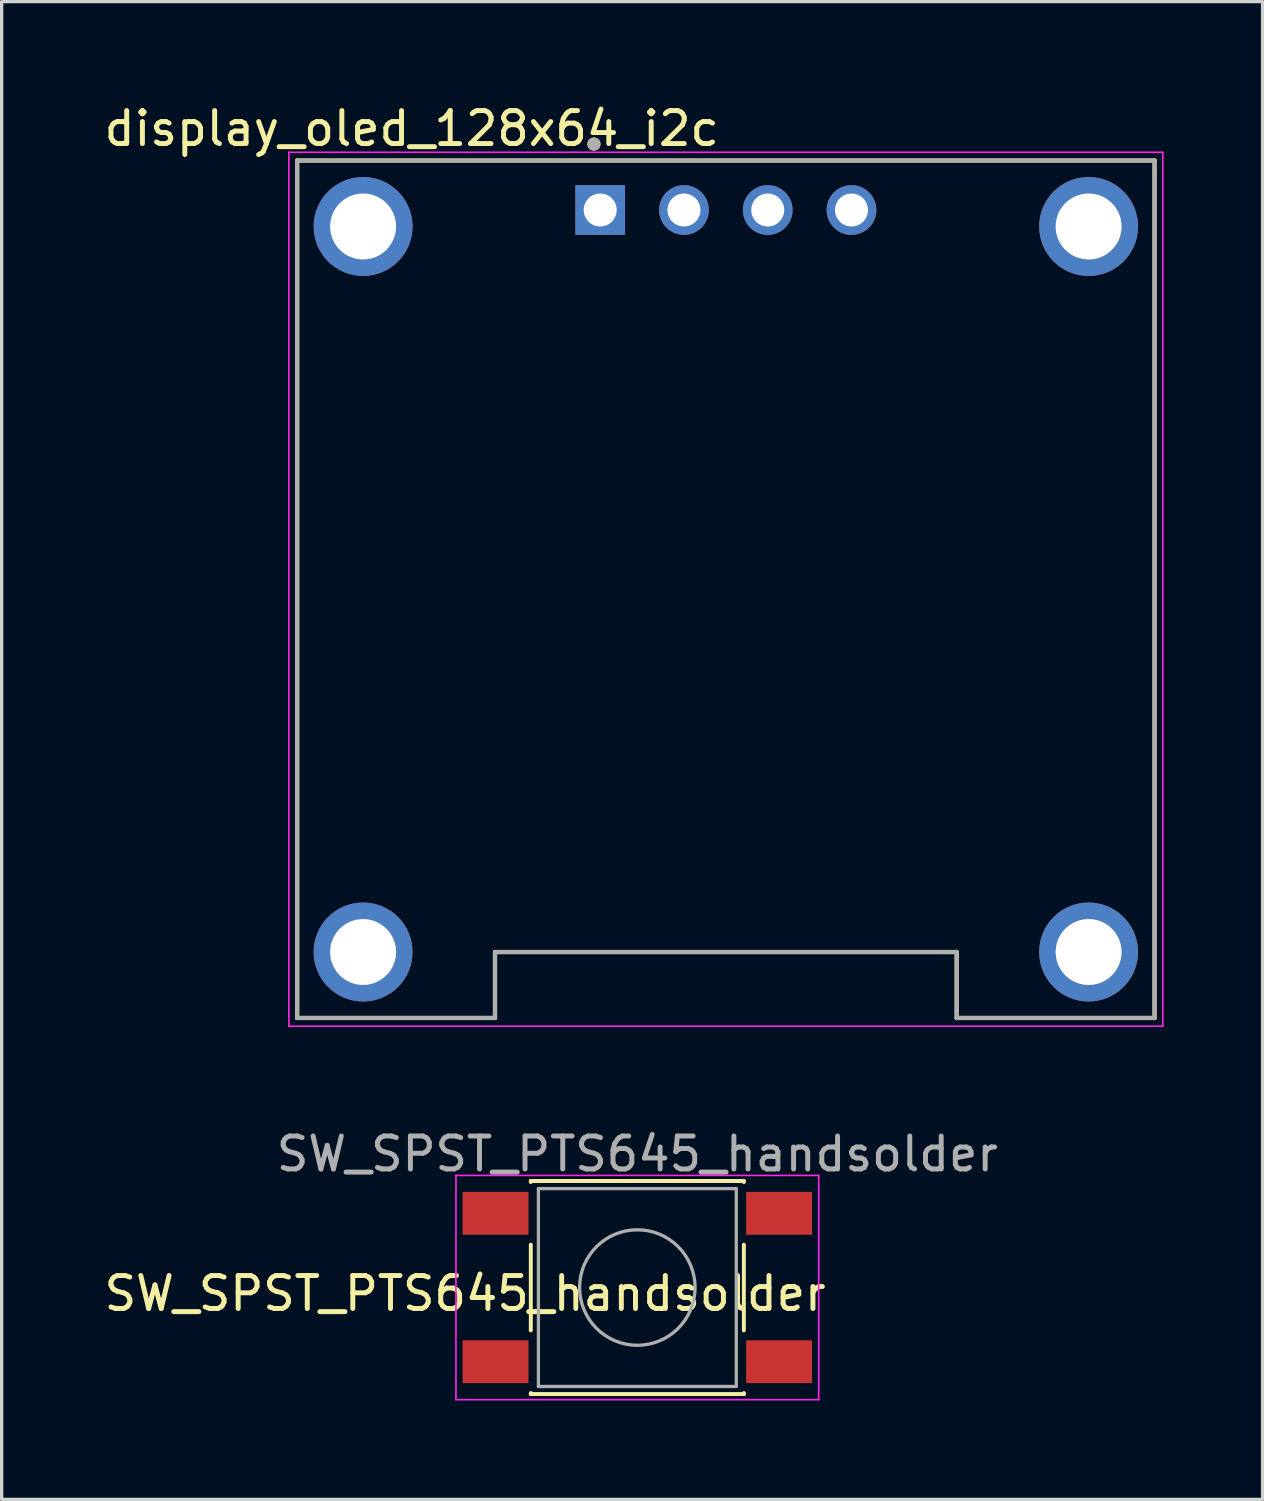
<source format=kicad_pcb>
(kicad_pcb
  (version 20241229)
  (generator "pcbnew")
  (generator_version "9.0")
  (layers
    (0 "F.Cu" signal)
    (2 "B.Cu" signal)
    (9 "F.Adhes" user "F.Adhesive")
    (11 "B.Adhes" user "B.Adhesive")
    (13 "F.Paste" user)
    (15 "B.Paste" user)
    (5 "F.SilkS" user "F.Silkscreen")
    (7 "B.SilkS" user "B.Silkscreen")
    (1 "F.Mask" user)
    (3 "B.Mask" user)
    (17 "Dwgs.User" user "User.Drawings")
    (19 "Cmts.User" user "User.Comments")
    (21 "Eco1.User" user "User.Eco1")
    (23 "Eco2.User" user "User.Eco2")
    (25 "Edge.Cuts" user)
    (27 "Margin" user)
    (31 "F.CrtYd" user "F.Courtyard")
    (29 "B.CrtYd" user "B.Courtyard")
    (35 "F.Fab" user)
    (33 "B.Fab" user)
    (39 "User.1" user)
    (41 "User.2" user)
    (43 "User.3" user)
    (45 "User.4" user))
  (footprint "display_oled_128x64_i2c"
    (layer "F.Cu")
    (at 18.96 14.818)
    (property "Reference" "display_oled_128x64_i2c" (at -9.525 -13.97 0) (layer "F.SilkS") (effects (font (size 1 1) (thickness 0.15))))
    (attr through_hole)
    (fp_line (start -13 -13) (end 13 -13) (stroke (width 0.127) (type solid)) (layer "F.SilkS"))
    (fp_line (start -13 13) (end -13 -13) (stroke (width 0.127) (type solid)) (layer "F.SilkS"))
    (fp_line (start -7 11) (end -7 13) (stroke (width 0.127) (type solid)) (layer "F.SilkS"))
    (fp_line (start -7 13) (end -13 13) (stroke (width 0.127) (type solid)) (layer "F.SilkS"))
    (fp_line (start 7 11) (end -7 11) (stroke (width 0.127) (type solid)) (layer "F.SilkS"))
    (fp_line (start 7 13) (end 7 11) (stroke (width 0.127) (type solid)) (layer "F.SilkS"))
    (fp_line (start 13 -13) (end 13 13) (stroke (width 0.127) (type solid)) (layer "F.SilkS"))
    (fp_line (start 13 13) (end 7 13) (stroke (width 0.127) (type solid)) (layer "F.SilkS"))
    (fp_circle (center -4 -13.5) (end -3.9 -13.5) (stroke (width 0.2) (type solid)) (fill no) (layer "F.SilkS"))
    (fp_line (start -13.25 -13.25) (end 13.25 -13.25) (stroke (width 0.05) (type solid)) (layer "F.CrtYd"))
    (fp_line (start -13.25 13.25) (end -13.25 -13.25) (stroke (width 0.05) (type solid)) (layer "F.CrtYd"))
    (fp_line (start 13.25 -13.25) (end 13.25 13.25) (stroke (width 0.05) (type solid)) (layer "F.CrtYd"))
    (fp_line (start 13.25 13.25) (end -13.25 13.25) (stroke (width 0.05) (type solid)) (layer "F.CrtYd"))
    (fp_line (start -13 -13) (end 13 -13) (stroke (width 0.127) (type solid)) (layer "F.Fab"))
    (fp_line (start -13 13) (end -13 -13) (stroke (width 0.127) (type solid)) (layer "F.Fab"))
    (fp_line (start -7 11) (end 7 11) (stroke (width 0.127) (type solid)) (layer "F.Fab"))
    (fp_line (start -7 13) (end -13 13) (stroke (width 0.127) (type solid)) (layer "F.Fab"))
    (fp_line (start -7 13) (end -7 11) (stroke (width 0.127) (type solid)) (layer "F.Fab"))
    (fp_line (start 7 11) (end 7 13) (stroke (width 0.127) (type solid)) (layer "F.Fab"))
    (fp_line (start 13 -13) (end 13 13) (stroke (width 0.127) (type solid)) (layer "F.Fab"))
    (fp_line (start 13 13) (end 7 13) (stroke (width 0.127) (type solid)) (layer "F.Fab"))
    (fp_circle (center -4 -13.5) (end -3.9 -13.5) (stroke (width 0.2) (type solid)) (fill no) (layer "F.Fab"))
    (pad "1" thru_hole rect (at -3.81 -11.5) (size 1.508 1.508) (drill 1) (layers "*.Cu" "*.Mask"))
    (pad "2" thru_hole circle (at -1.27 -11.5) (size 1.508 1.508) (drill 1) (layers "*.Cu" "*.Mask"))
    (pad "3" thru_hole circle (at 1.27 -11.5) (size 1.508 1.508) (drill 1) (layers "*.Cu" "*.Mask"))
    (pad "4" thru_hole circle (at 3.81 -11.5) (size 1.508 1.508) (drill 1) (layers "*.Cu" "*.Mask"))
    (pad "S1" thru_hole circle (at -11 -11) (size 3 3) (drill 2) (layers "*.Cu" "*.Mask"))
    (pad "S2" thru_hole circle (at 11 -11) (size 3 3) (drill 2) (layers "*.Cu" "*.Mask"))
    (pad "S3" thru_hole circle (at 11 11) (size 3 3) (drill 2) (layers "*.Cu" "*.Mask"))
    (pad "S4" thru_hole circle (at -11 11) (size 3 3) (drill 2) (layers "*.Cu" "*.Mask")))
  (footprint "SW_SPST_PTS645_handsolder"
    (layer "F.Cu")
    (at 16.276 35.992)
    (property "Reference" "SW_SPST_PTS645_handsolder" (at -5.223 0.181 0) (layer "F.SilkS") (effects (font (size 1 1) (thickness 0.15))))
    (attr smd)
    (fp_line (start -3.23 -3.23) (end 3.23 -3.23) (stroke (width 0.12) (type solid)) (layer "F.SilkS"))
    (fp_line (start -3.23 -3.2) (end -3.23 -3.23) (stroke (width 0.12) (type solid)) (layer "F.SilkS"))
    (fp_line (start -3.23 -1.3) (end -3.23 1.3) (stroke (width 0.12) (type solid)) (layer "F.SilkS"))
    (fp_line (start -3.23 3.23) (end -3.23 3.2) (stroke (width 0.12) (type solid)) (layer "F.SilkS"))
    (fp_line (start -3.23 3.23) (end 3.23 3.23) (stroke (width 0.12) (type solid)) (layer "F.SilkS"))
    (fp_line (start 3.23 -3.23) (end 3.23 -3.2) (stroke (width 0.12) (type solid)) (layer "F.SilkS"))
    (fp_line (start 3.23 -1.3) (end 3.23 1.3) (stroke (width 0.12) (type solid)) (layer "F.SilkS"))
    (fp_line (start 3.23 3.23) (end 3.23 3.2) (stroke (width 0.12) (type solid)) (layer "F.SilkS"))
    (fp_line (start -5.5 -3.4) (end -5.5 3.4) (stroke (width 0.05) (type solid)) (layer "F.CrtYd"))
    (fp_line (start -5.5 -3.4) (end 5.5 -3.4) (stroke (width 0.05) (type solid)) (layer "F.CrtYd"))
    (fp_line (start -5.5 3.4) (end 5.5 3.4) (stroke (width 0.05) (type solid)) (layer "F.CrtYd"))
    (fp_line (start 5.5 3.4) (end 5.5 -3.4) (stroke (width 0.05) (type solid)) (layer "F.CrtYd"))
    (fp_line (start -3 -3) (end -3 3) (stroke (width 0.1) (type solid)) (layer "F.Fab"))
    (fp_line (start -3 3) (end 3 3) (stroke (width 0.1) (type solid)) (layer "F.Fab"))
    (fp_line (start 3 -3) (end -3 -3) (stroke (width 0.1) (type solid)) (layer "F.Fab"))
    (fp_line (start 3 3) (end 3 -3) (stroke (width 0.1) (type solid)) (layer "F.Fab"))
    (fp_circle (center 0 0) (end 1.75 -0.05) (stroke (width 0.1) (type solid)) (fill no) (layer "F.Fab"))
    (fp_text user "${REFERENCE}" (at 0 -4.05 0) (layer "F.Fab") (effects (font (size 1 1) (thickness 0.15))))
    (pad "1" smd rect (at -4.3 -2.25) (size 2 1.3) (layers "F.Cu" "F.Mask" "F.Paste"))
    (pad "1" smd rect (at 4.3 -2.25) (size 2 1.3) (layers "F.Cu" "F.Mask" "F.Paste"))
    (pad "2" smd rect (at -4.3 2.25) (size 2 1.3) (layers "F.Cu" "F.Mask" "F.Paste"))
    (pad "2" smd rect (at 4.3 2.25) (size 2 1.3) (layers "F.Cu" "F.Mask" "F.Paste")))
  (gr_rect
    (start -3 -3)
    (end 35.235 42.416)
    (stroke (width 0.1) (type default))
    (fill no)
    (layer "Edge.Cuts")))
</source>
